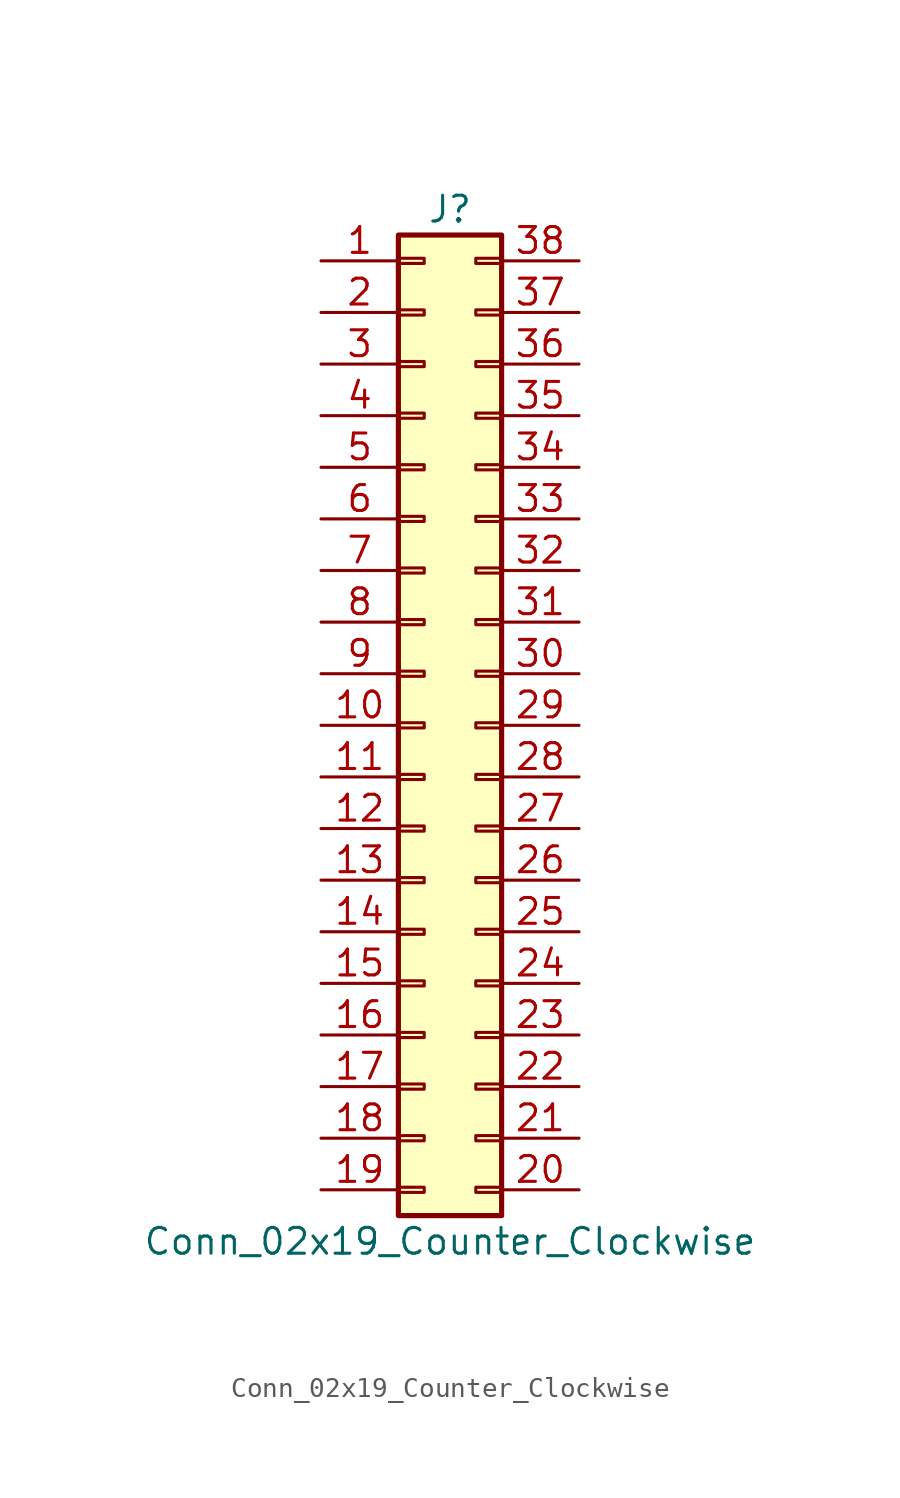
<source format=kicad_sym>
(kicad_symbol_lib
  (version 20220914)
  (generator kicad_symbol_editor)
  (symbol "Conn_02x19_Counter_Clockwise"
    (pin_names
      (offset 1.016) hide)
    (property "Reference" "J"
      (at 1.27 25.4 0)
      (effects (font (size 1.27 1.27))))
    (property "Value" "Conn_02x19_Counter_Clockwise"
      (at 1.27 -25.4 0)
      (effects (font (size 1.27 1.27))))
    (symbol "Conn_02x19_Counter_Clockwise_1_1"
      (rectangle (start -1.27 -22.733) (end 0 -22.987) (stroke (width 0.152) (type default)) (fill (type none)))
      (rectangle (start -1.27 -20.193) (end 0 -20.447) (stroke (width 0.152) (type default)) (fill (type none)))
      (rectangle (start -1.27 -17.653) (end 0 -17.907) (stroke (width 0.152) (type default)) (fill (type none)))
      (rectangle (start -1.27 -15.113) (end 0 -15.367) (stroke (width 0.152) (type default)) (fill (type none)))
      (rectangle (start -1.27 -12.573) (end 0 -12.827) (stroke (width 0.152) (type default)) (fill (type none)))
      (rectangle (start -1.27 -10.033) (end 0 -10.287) (stroke (width 0.152) (type default)) (fill (type none)))
      (rectangle (start -1.27 -7.493) (end 0 -7.747) (stroke (width 0.152) (type default)) (fill (type none)))
      (rectangle (start -1.27 -4.953) (end 0 -5.207) (stroke (width 0.152) (type default)) (fill (type none)))
      (rectangle (start -1.27 -2.413) (end 0 -2.667) (stroke (width 0.152) (type default)) (fill (type none)))
      (rectangle (start -1.27 0.127) (end 0 -0.127) (stroke (width 0.152) (type default)) (fill (type none)))
      (rectangle (start -1.27 2.667) (end 0 2.413) (stroke (width 0.152) (type default)) (fill (type none)))
      (rectangle (start -1.27 5.207) (end 0 4.953) (stroke (width 0.152) (type default)) (fill (type none)))
      (rectangle (start -1.27 7.747) (end 0 7.493) (stroke (width 0.152) (type default)) (fill (type none)))
      (rectangle (start -1.27 10.287) (end 0 10.033) (stroke (width 0.152) (type default)) (fill (type none)))
      (rectangle (start -1.27 12.827) (end 0 12.573) (stroke (width 0.152) (type default)) (fill (type none)))
      (rectangle (start -1.27 15.367) (end 0 15.113) (stroke (width 0.152) (type default)) (fill (type none)))
      (rectangle (start -1.27 17.907) (end 0 17.653) (stroke (width 0.152) (type default)) (fill (type none)))
      (rectangle (start -1.27 20.447) (end 0 20.193) (stroke (width 0.152) (type default)) (fill (type none)))
      (rectangle (start -1.27 22.987) (end 0 22.733) (stroke (width 0.152) (type default)) (fill (type none)))
      (rectangle (start -1.27 24.13) (end 3.81 -24.13) (stroke (width 0.254) (type default)) (fill (type background)))
      (rectangle (start 3.81 -22.733) (end 2.54 -22.987) (stroke (width 0.152) (type default)) (fill (type none)))
      (rectangle (start 3.81 -20.193) (end 2.54 -20.447) (stroke (width 0.152) (type default)) (fill (type none)))
      (rectangle (start 3.81 -17.653) (end 2.54 -17.907) (stroke (width 0.152) (type default)) (fill (type none)))
      (rectangle (start 3.81 -15.113) (end 2.54 -15.367) (stroke (width 0.152) (type default)) (fill (type none)))
      (rectangle (start 3.81 -12.573) (end 2.54 -12.827) (stroke (width 0.152) (type default)) (fill (type none)))
      (rectangle (start 3.81 -10.033) (end 2.54 -10.287) (stroke (width 0.152) (type default)) (fill (type none)))
      (rectangle (start 3.81 -7.493) (end 2.54 -7.747) (stroke (width 0.152) (type default)) (fill (type none)))
      (rectangle (start 3.81 -4.953) (end 2.54 -5.207) (stroke (width 0.152) (type default)) (fill (type none)))
      (rectangle (start 3.81 -2.413) (end 2.54 -2.667) (stroke (width 0.152) (type default)) (fill (type none)))
      (rectangle (start 3.81 0.127) (end 2.54 -0.127) (stroke (width 0.152) (type default)) (fill (type none)))
      (rectangle (start 3.81 2.667) (end 2.54 2.413) (stroke (width 0.152) (type default)) (fill (type none)))
      (rectangle (start 3.81 5.207) (end 2.54 4.953) (stroke (width 0.152) (type default)) (fill (type none)))
      (rectangle (start 3.81 7.747) (end 2.54 7.493) (stroke (width 0.152) (type default)) (fill (type none)))
      (rectangle (start 3.81 10.287) (end 2.54 10.033) (stroke (width 0.152) (type default)) (fill (type none)))
      (rectangle (start 3.81 12.827) (end 2.54 12.573) (stroke (width 0.152) (type default)) (fill (type none)))
      (rectangle (start 3.81 15.367) (end 2.54 15.113) (stroke (width 0.152) (type default)) (fill (type none)))
      (rectangle (start 3.81 17.907) (end 2.54 17.653) (stroke (width 0.152) (type default)) (fill (type none)))
      (rectangle (start 3.81 20.447) (end 2.54 20.193) (stroke (width 0.152) (type default)) (fill (type none)))
      (rectangle (start 3.81 22.987) (end 2.54 22.733) (stroke (width 0.152) (type default)) (fill (type none)))
      (pin passive line (at -5.08 22.86 0) (length 3.81) (name "Pin_1" (effects (font (size 1.27 1.27)))) (number "1" (effects (font (size 1.27 1.27)))))
      (pin passive line (at -5.08 0 0) (length 3.81) (name "Pin_10" (effects (font (size 1.27 1.27)))) (number "10" (effects (font (size 1.27 1.27)))))
      (pin passive line (at -5.08 -2.54 0) (length 3.81) (name "Pin_11" (effects (font (size 1.27 1.27)))) (number "11" (effects (font (size 1.27 1.27)))))
      (pin passive line (at -5.08 -5.08 0) (length 3.81) (name "Pin_12" (effects (font (size 1.27 1.27)))) (number "12" (effects (font (size 1.27 1.27)))))
      (pin passive line (at -5.08 -7.62 0) (length 3.81) (name "Pin_13" (effects (font (size 1.27 1.27)))) (number "13" (effects (font (size 1.27 1.27)))))
      (pin passive line (at -5.08 -10.16 0) (length 3.81) (name "Pin_14" (effects (font (size 1.27 1.27)))) (number "14" (effects (font (size 1.27 1.27)))))
      (pin passive line (at -5.08 -12.7 0) (length 3.81) (name "Pin_15" (effects (font (size 1.27 1.27)))) (number "15" (effects (font (size 1.27 1.27)))))
      (pin passive line (at -5.08 -15.24 0) (length 3.81) (name "Pin_16" (effects (font (size 1.27 1.27)))) (number "16" (effects (font (size 1.27 1.27)))))
      (pin passive line (at -5.08 -17.78 0) (length 3.81) (name "Pin_17" (effects (font (size 1.27 1.27)))) (number "17" (effects (font (size 1.27 1.27)))))
      (pin passive line (at -5.08 -20.32 0) (length 3.81) (name "Pin_18" (effects (font (size 1.27 1.27)))) (number "18" (effects (font (size 1.27 1.27)))))
      (pin passive line (at -5.08 -22.86 0) (length 3.81) (name "Pin_19" (effects (font (size 1.27 1.27)))) (number "19" (effects (font (size 1.27 1.27)))))
      (pin passive line (at -5.08 20.32 0) (length 3.81) (name "Pin_2" (effects (font (size 1.27 1.27)))) (number "2" (effects (font (size 1.27 1.27)))))
      (pin passive line (at 7.62 -22.86 180) (length 3.81) (name "Pin_20" (effects (font (size 1.27 1.27)))) (number "20" (effects (font (size 1.27 1.27)))))
      (pin passive line (at 7.62 -20.32 180) (length 3.81) (name "Pin_21" (effects (font (size 1.27 1.27)))) (number "21" (effects (font (size 1.27 1.27)))))
      (pin passive line (at 7.62 -17.78 180) (length 3.81) (name "Pin_22" (effects (font (size 1.27 1.27)))) (number "22" (effects (font (size 1.27 1.27)))))
      (pin passive line (at 7.62 -15.24 180) (length 3.81) (name "Pin_23" (effects (font (size 1.27 1.27)))) (number "23" (effects (font (size 1.27 1.27)))))
      (pin passive line (at 7.62 -12.7 180) (length 3.81) (name "Pin_24" (effects (font (size 1.27 1.27)))) (number "24" (effects (font (size 1.27 1.27)))))
      (pin passive line (at 7.62 -10.16 180) (length 3.81) (name "Pin_25" (effects (font (size 1.27 1.27)))) (number "25" (effects (font (size 1.27 1.27)))))
      (pin passive line (at 7.62 -7.62 180) (length 3.81) (name "Pin_26" (effects (font (size 1.27 1.27)))) (number "26" (effects (font (size 1.27 1.27)))))
      (pin passive line (at 7.62 -5.08 180) (length 3.81) (name "Pin_27" (effects (font (size 1.27 1.27)))) (number "27" (effects (font (size 1.27 1.27)))))
      (pin passive line (at 7.62 -2.54 180) (length 3.81) (name "Pin_28" (effects (font (size 1.27 1.27)))) (number "28" (effects (font (size 1.27 1.27)))))
      (pin passive line (at 7.62 0 180) (length 3.81) (name "Pin_29" (effects (font (size 1.27 1.27)))) (number "29" (effects (font (size 1.27 1.27)))))
      (pin passive line (at -5.08 17.78 0) (length 3.81) (name "Pin_3" (effects (font (size 1.27 1.27)))) (number "3" (effects (font (size 1.27 1.27)))))
      (pin passive line (at 7.62 2.54 180) (length 3.81) (name "Pin_30" (effects (font (size 1.27 1.27)))) (number "30" (effects (font (size 1.27 1.27)))))
      (pin passive line (at 7.62 5.08 180) (length 3.81) (name "Pin_31" (effects (font (size 1.27 1.27)))) (number "31" (effects (font (size 1.27 1.27)))))
      (pin passive line (at 7.62 7.62 180) (length 3.81) (name "Pin_32" (effects (font (size 1.27 1.27)))) (number "32" (effects (font (size 1.27 1.27)))))
      (pin passive line (at 7.62 10.16 180) (length 3.81) (name "Pin_33" (effects (font (size 1.27 1.27)))) (number "33" (effects (font (size 1.27 1.27)))))
      (pin passive line (at 7.62 12.7 180) (length 3.81) (name "Pin_34" (effects (font (size 1.27 1.27)))) (number "34" (effects (font (size 1.27 1.27)))))
      (pin passive line (at 7.62 15.24 180) (length 3.81) (name "Pin_35" (effects (font (size 1.27 1.27)))) (number "35" (effects (font (size 1.27 1.27)))))
      (pin passive line (at 7.62 17.78 180) (length 3.81) (name "Pin_36" (effects (font (size 1.27 1.27)))) (number "36" (effects (font (size 1.27 1.27)))))
      (pin passive line (at 7.62 20.32 180) (length 3.81) (name "Pin_37" (effects (font (size 1.27 1.27)))) (number "37" (effects (font (size 1.27 1.27)))))
      (pin passive line (at 7.62 22.86 180) (length 3.81) (name "Pin_38" (effects (font (size 1.27 1.27)))) (number "38" (effects (font (size 1.27 1.27)))))
      (pin passive line (at -5.08 15.24 0) (length 3.81) (name "Pin_4" (effects (font (size 1.27 1.27)))) (number "4" (effects (font (size 1.27 1.27)))))
      (pin passive line (at -5.08 12.7 0) (length 3.81) (name "Pin_5" (effects (font (size 1.27 1.27)))) (number "5" (effects (font (size 1.27 1.27)))))
      (pin passive line (at -5.08 10.16 0) (length 3.81) (name "Pin_6" (effects (font (size 1.27 1.27)))) (number "6" (effects (font (size 1.27 1.27)))))
      (pin passive line (at -5.08 7.62 0) (length 3.81) (name "Pin_7" (effects (font (size 1.27 1.27)))) (number "7" (effects (font (size 1.27 1.27)))))
      (pin passive line (at -5.08 5.08 0) (length 3.81) (name "Pin_8" (effects (font (size 1.27 1.27)))) (number "8" (effects (font (size 1.27 1.27)))))
      (pin passive line (at -5.08 2.54 0) (length 3.81) (name "Pin_9" (effects (font (size 1.27 1.27)))) (number "9" (effects (font (size 1.27 1.27))))))))
</source>
